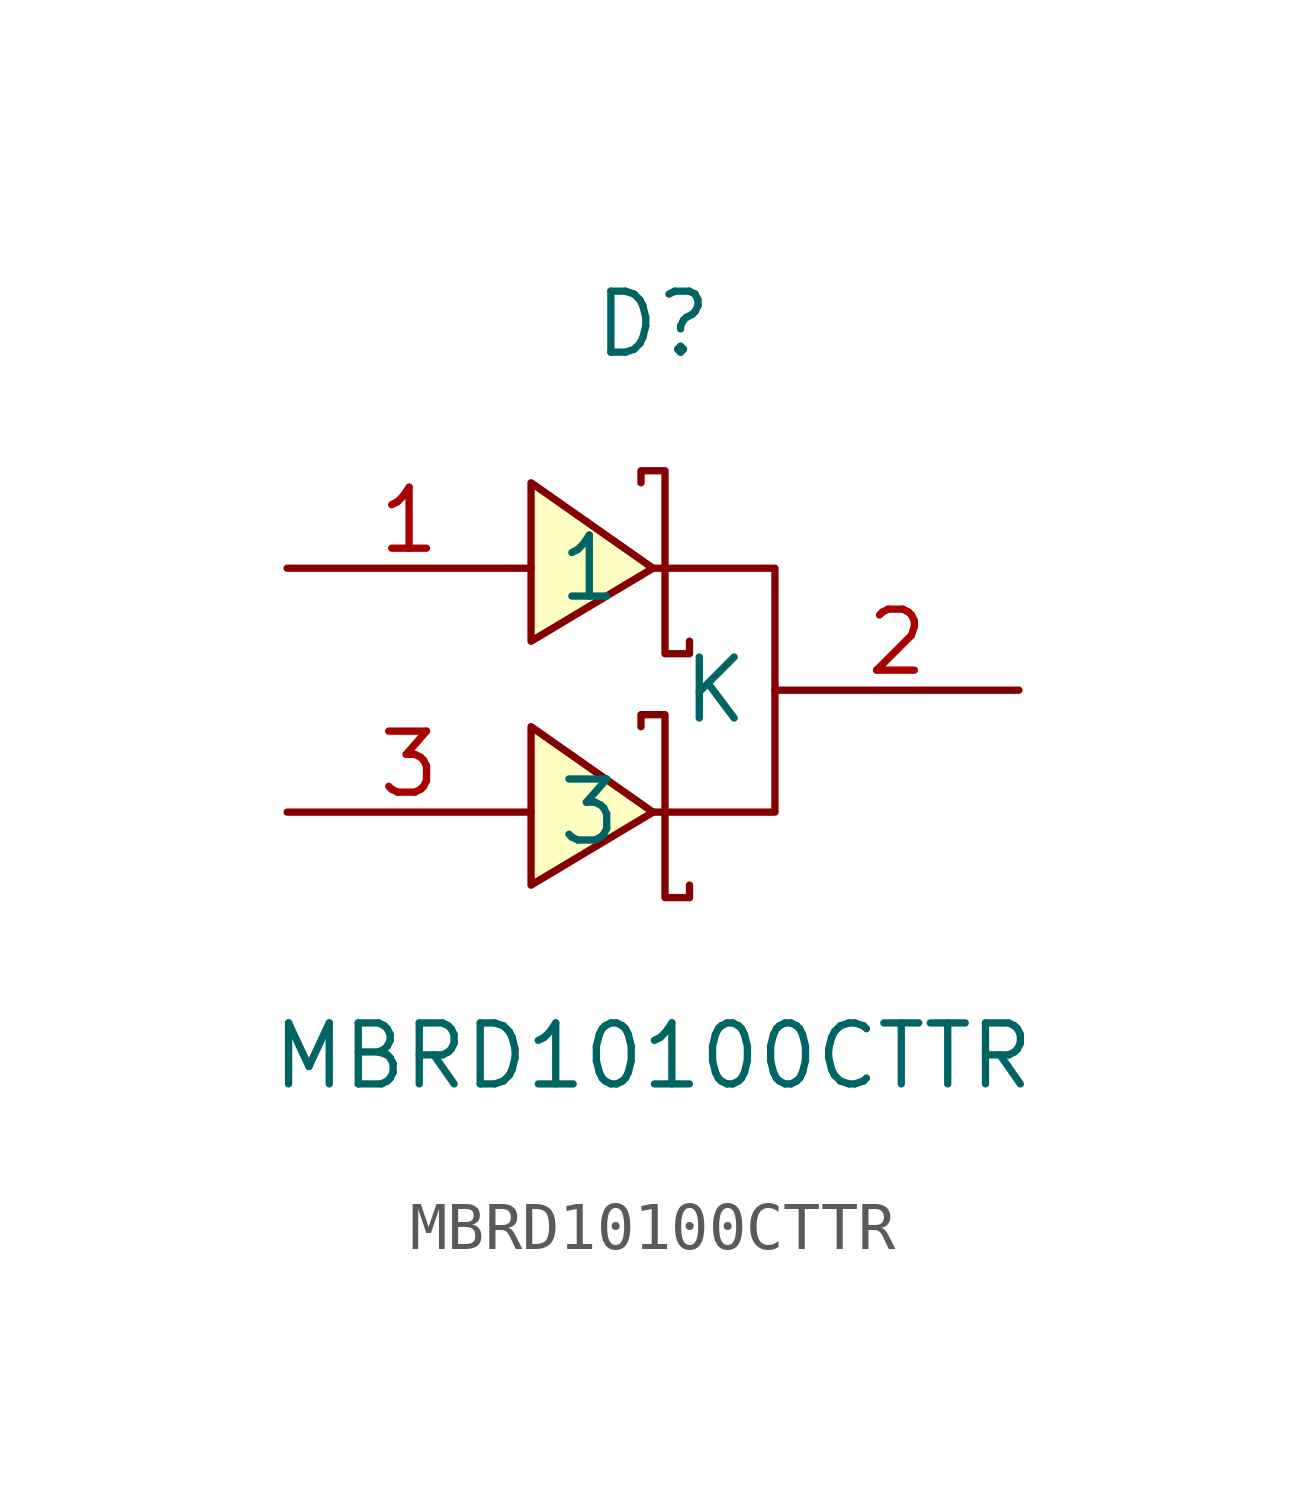
<source format=kicad_sym>
(kicad_symbol_lib
  (version 20211014)
  (generator https://github.com/uPesy/easyeda2kicad.py)
  (symbol "MBRD10100CTTR"
    (property "Reference" "D"
      (at 0 7.62 0)
      (effects (font (size 1.27 1.27))))
    (property "Value" "MBRD10100CTTR"
      (at 0 -7.62 0)
      (effects (font (size 1.27 1.27))))
    (symbol "MBRD10100CTTR_0_1"
      (polyline (pts (xy -2.54 -4.06) (xy 0.00 -2.54) (xy -2.54 -0.76) (xy -2.54 -4.06)) (stroke (width 0) (type default) (color 0 0 0 0)) (fill (type background)))
      (polyline (pts (xy -2.54 1.02) (xy 0.00 2.54) (xy -2.54 4.32) (xy -2.54 1.02)) (stroke (width 0) (type default) (color 0 0 0 0)) (fill (type background)))
      (polyline (pts (xy 0.00 2.54) (xy 2.54 2.54) (xy 2.54 -2.54) (xy 0.00 -2.54)) (stroke (width 0) (type default) (color 0 0 0 0)) (fill (type none)))
      (polyline (pts (xy 0.76 -4.06) (xy 0.76 -4.32) (xy 0.25 -4.32) (xy 0.25 -0.51) (xy -0.25 -0.51) (xy -0.25 -0.76)) (stroke (width 0) (type default) (color 0 0 0 0)) (fill (type none)))
      (polyline (pts (xy 0.76 1.02) (xy 0.76 0.76) (xy 0.25 0.76) (xy 0.25 4.57) (xy -0.25 4.57) (xy -0.25 4.32)) (stroke (width 0) (type default) (color 0 0 0 0)) (fill (type none)))
      (pin unspecified line (at -7.62 2.54 0) (length 5.08) (name "1" (effects (font (size 1.27 1.27)))) (number "1" (effects (font (size 1.27 1.27)))))
      (pin unspecified line (at 7.62 -0.00 180) (length 5.08) (name "K" (effects (font (size 1.27 1.27)))) (number "2" (effects (font (size 1.27 1.27)))))
      (pin unspecified line (at -7.62 -2.54 0) (length 5.08) (name "3" (effects (font (size 1.27 1.27)))) (number "3" (effects (font (size 1.27 1.27))))))))
</source>
